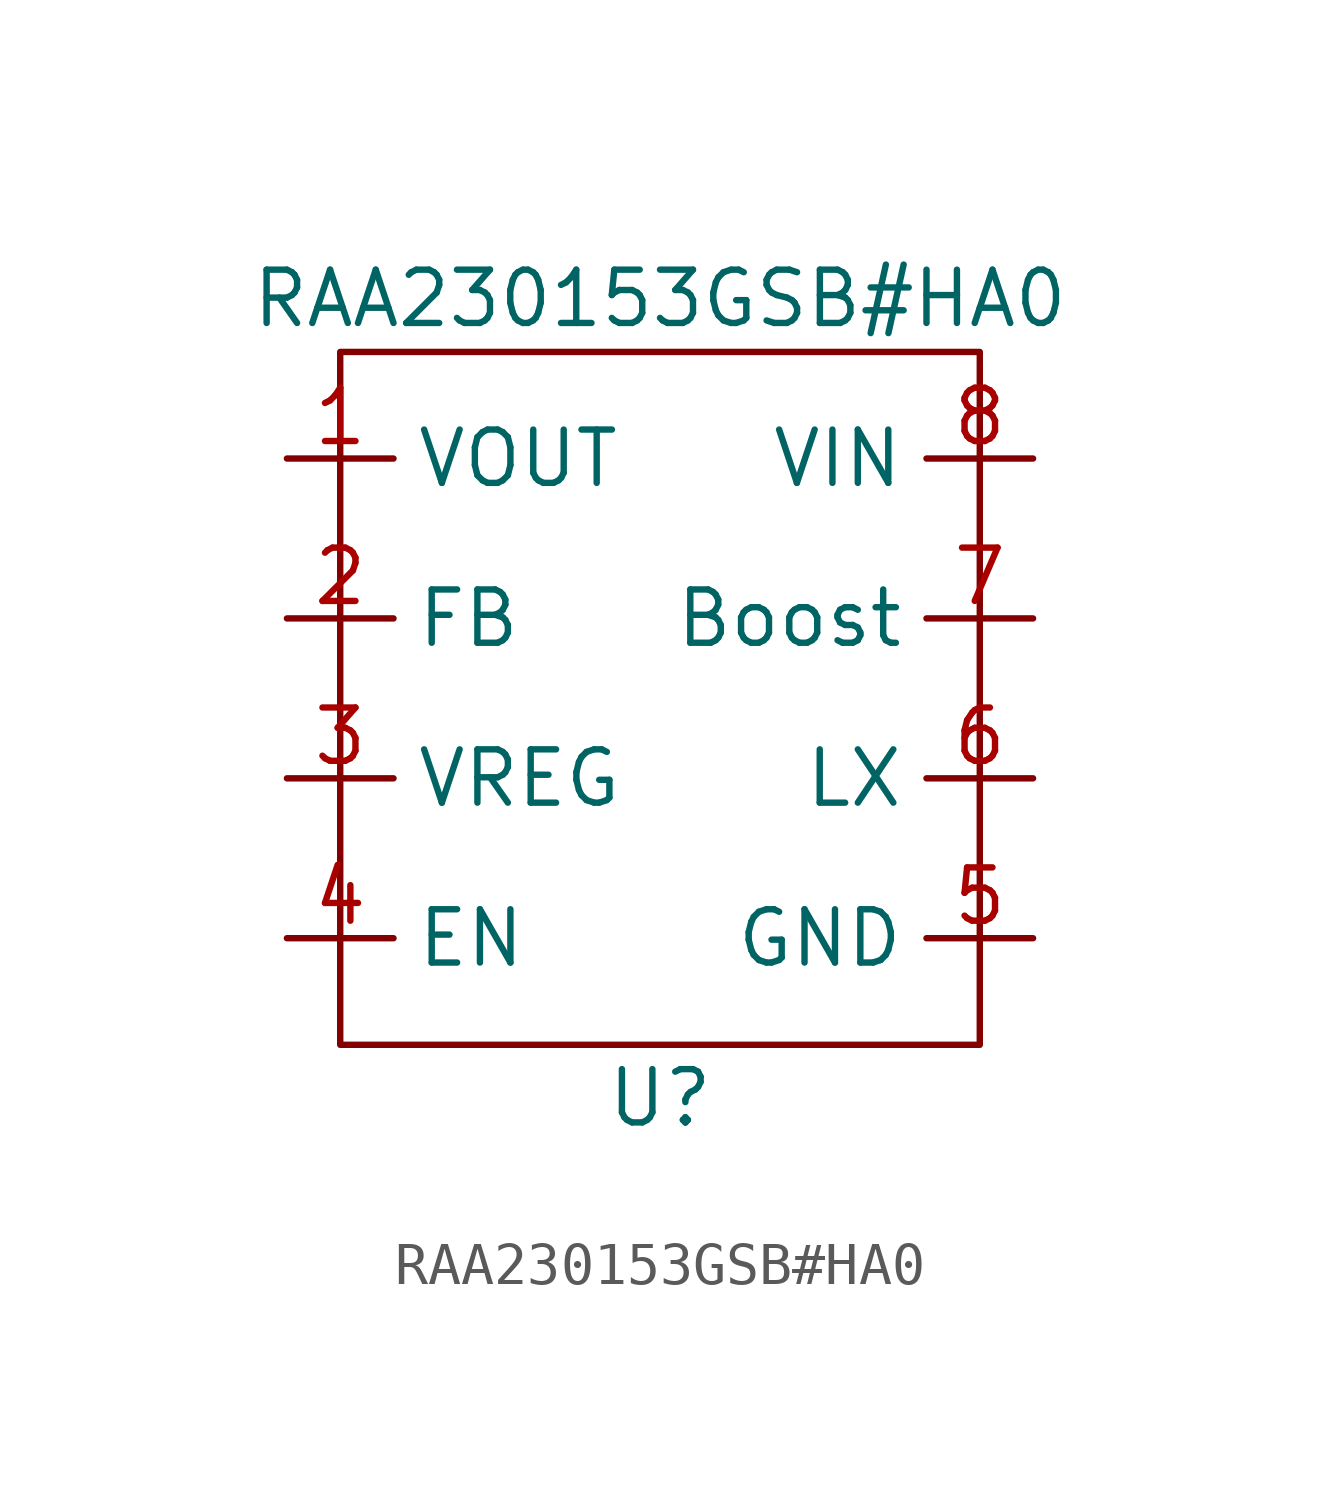
<source format=kicad_sym>
(kicad_symbol_lib
  (version 20211014)
  (generator kicad_symbol_editor)
  (symbol "RAA230153GSB#HA0"
    (property "Reference" "U"
      (at 0 -10.16 0)
      (effects (font (size 1.27 1.27))))
    (property "Value" "RAA230153GSB#HA0"
      (at 0 8.89 0)
      (effects (font (size 1.27 1.27))))
    (symbol "RAA230153GSB#HA0_0_1"
      (rectangle (start -7.62 7.62) (end 7.62 -8.89) (stroke (width 0) (type default) (color 0 0 0 0)) (fill (type none))))
    (symbol "RAA230153GSB#HA0_1_1"
      (pin power_out line (at -8.89 5.08 0) (length 2.54) (name "VOUT" (effects (font (size 1.27 1.27)))) (number "1" (effects (font (size 1.27 1.27)))))
      (pin input line (at -8.89 1.27 0) (length 2.54) (name "FB" (effects (font (size 1.27 1.27)))) (number "2" (effects (font (size 1.27 1.27)))))
      (pin output line (at -8.89 -2.54 0) (length 2.54) (name "VREG" (effects (font (size 1.27 1.27)))) (number "3" (effects (font (size 1.27 1.27)))))
      (pin input line (at -8.89 -6.35 0) (length 2.54) (name "EN" (effects (font (size 1.27 1.27)))) (number "4" (effects (font (size 1.27 1.27)))))
      (pin input line (at 8.89 -6.35 180) (length 2.54) (name "GND" (effects (font (size 1.27 1.27)))) (number "5" (effects (font (size 1.27 1.27)))))
      (pin output line (at 8.89 -2.54 180) (length 2.54) (name "LX" (effects (font (size 1.27 1.27)))) (number "6" (effects (font (size 1.27 1.27)))))
      (pin input line (at 8.89 1.27 180) (length 2.54) (name "Boost" (effects (font (size 1.27 1.27)))) (number "7" (effects (font (size 1.27 1.27)))))
      (pin input line (at 8.89 5.08 180) (length 2.54) (name "VIN" (effects (font (size 1.27 1.27)))) (number "8" (effects (font (size 1.27 1.27))))))))
</source>
